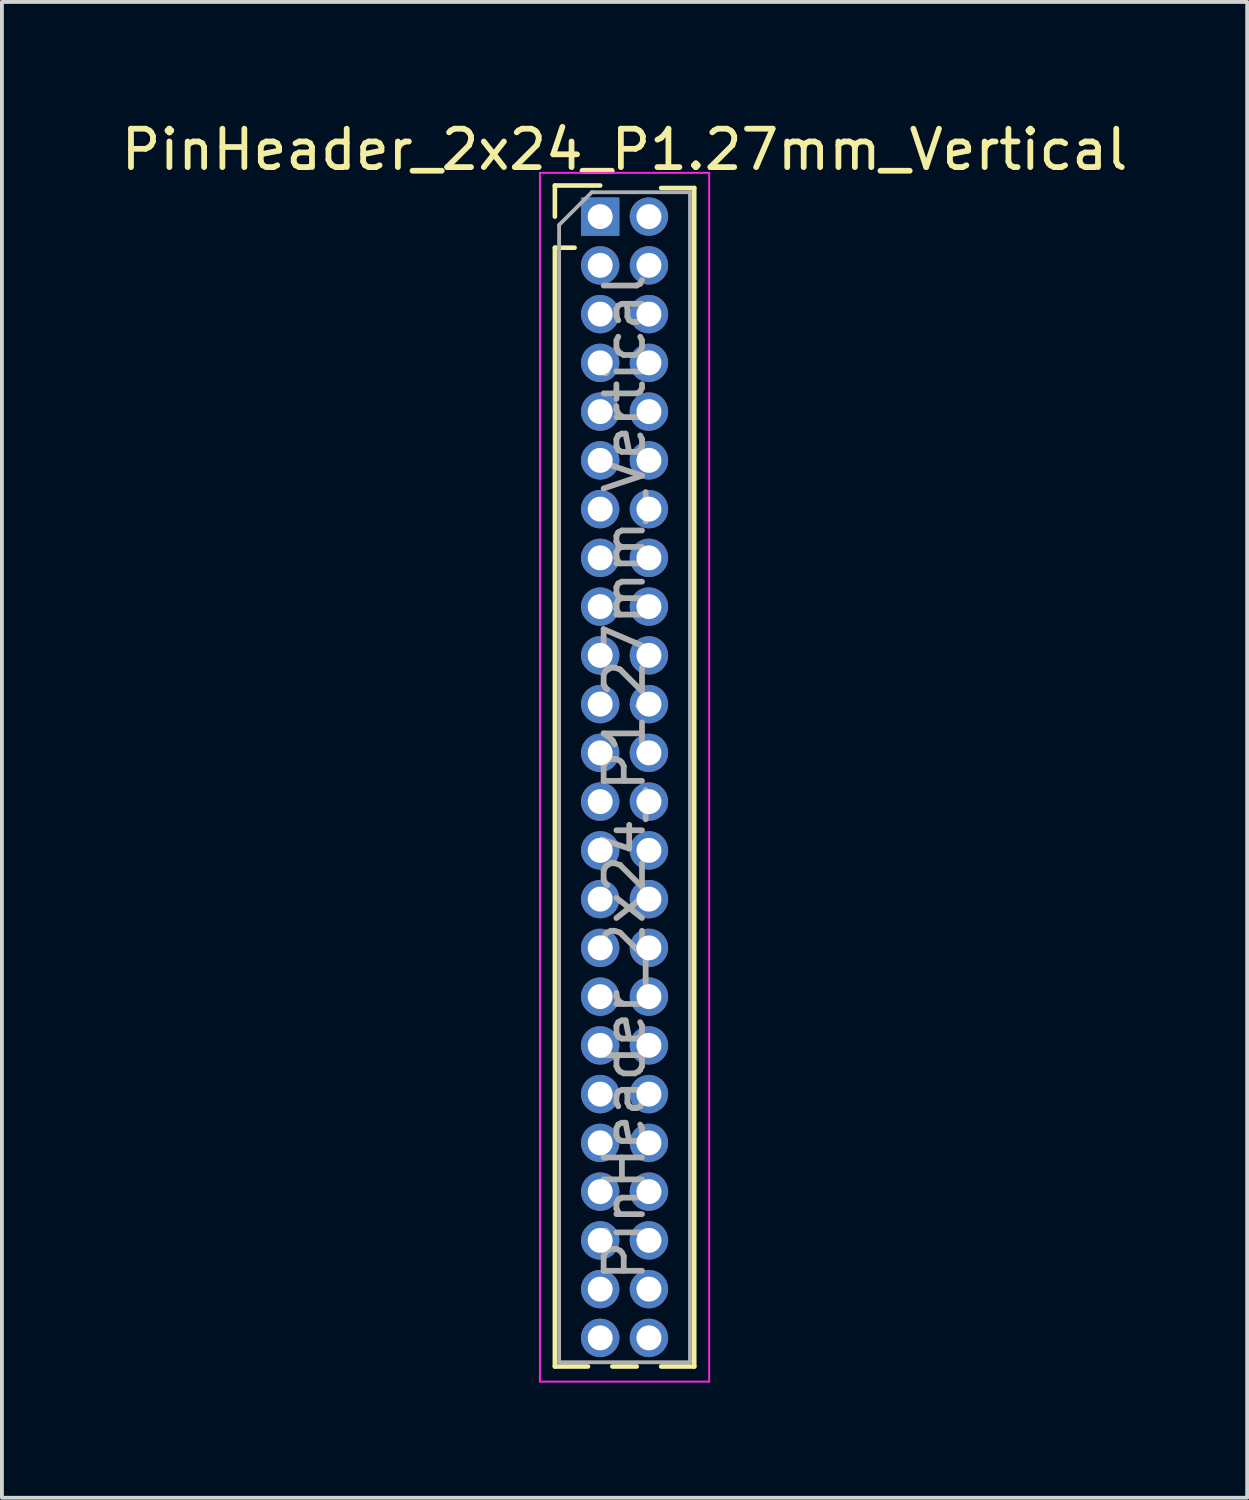
<source format=kicad_pcb>
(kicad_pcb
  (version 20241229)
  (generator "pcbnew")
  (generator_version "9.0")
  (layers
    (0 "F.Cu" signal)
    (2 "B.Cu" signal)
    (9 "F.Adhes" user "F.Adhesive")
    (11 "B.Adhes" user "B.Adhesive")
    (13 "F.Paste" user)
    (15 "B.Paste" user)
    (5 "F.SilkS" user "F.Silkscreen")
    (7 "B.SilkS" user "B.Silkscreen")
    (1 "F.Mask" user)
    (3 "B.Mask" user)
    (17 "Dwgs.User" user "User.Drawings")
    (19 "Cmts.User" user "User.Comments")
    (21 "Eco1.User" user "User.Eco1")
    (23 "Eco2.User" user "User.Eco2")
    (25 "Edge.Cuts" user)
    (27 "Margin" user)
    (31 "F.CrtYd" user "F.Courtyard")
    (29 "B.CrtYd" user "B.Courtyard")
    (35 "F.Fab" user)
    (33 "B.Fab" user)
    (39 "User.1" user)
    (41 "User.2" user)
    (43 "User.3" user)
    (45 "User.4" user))
  (footprint "PinHeader_2x24_P1.27mm_Vertical"
    (layer "F.Cu")
    (at 12.585 2.593)
    (property "Reference" "PinHeader_2x24_P1.27mm_Vertical" (at 0.635 -1.745 0) (layer "F.SilkS") (effects (font (size 1 1) (thickness 0.15))))
    (attr through_hole)
    (fp_line (start -1.18 -0.81) (end 0 -0.81) (stroke (width 0.12) (type solid)) (layer "F.SilkS"))
    (fp_line (start -1.18 0) (end -1.18 -0.81) (stroke (width 0.12) (type solid)) (layer "F.SilkS"))
    (fp_line (start -1.18 0.81) (end -1.18 29.955) (stroke (width 0.12) (type solid)) (layer "F.SilkS"))
    (fp_line (start -1.18 0.81) (end -0.667 0.81) (stroke (width 0.12) (type solid)) (layer "F.SilkS"))
    (fp_line (start -1.18 29.955) (end -0.318 29.955) (stroke (width 0.12) (type solid)) (layer "F.SilkS"))
    (fp_line (start 0.318 29.955) (end 0.952 29.955) (stroke (width 0.12) (type solid)) (layer "F.SilkS"))
    (fp_line (start 1.588 -0.745) (end 2.45 -0.745) (stroke (width 0.12) (type solid)) (layer "F.SilkS"))
    (fp_line (start 1.588 29.955) (end 2.45 29.955) (stroke (width 0.12) (type solid)) (layer "F.SilkS"))
    (fp_line (start 2.45 -0.745) (end 2.45 29.955) (stroke (width 0.12) (type solid)) (layer "F.SilkS"))
    (fp_line (start -1.57 -1.14) (end -1.57 30.35) (stroke (width 0.05) (type solid)) (layer "F.CrtYd"))
    (fp_line (start -1.57 30.35) (end 2.84 30.35) (stroke (width 0.05) (type solid)) (layer "F.CrtYd"))
    (fp_line (start 2.84 -1.14) (end -1.57 -1.14) (stroke (width 0.05) (type solid)) (layer "F.CrtYd"))
    (fp_line (start 2.84 30.35) (end 2.84 -1.14) (stroke (width 0.05) (type solid)) (layer "F.CrtYd"))
    (fp_line (start -1.07 0.217) (end -0.217 -0.635) (stroke (width 0.1) (type solid)) (layer "F.Fab"))
    (fp_line (start -1.07 29.845) (end -1.07 0.217) (stroke (width 0.1) (type solid)) (layer "F.Fab"))
    (fp_line (start -0.217 -0.635) (end 2.34 -0.635) (stroke (width 0.1) (type solid)) (layer "F.Fab"))
    (fp_line (start 2.34 -0.635) (end 2.34 29.845) (stroke (width 0.1) (type solid)) (layer "F.Fab"))
    (fp_line (start 2.34 29.845) (end -1.07 29.845) (stroke (width 0.1) (type solid)) (layer "F.Fab"))
    (fp_text user "${REFERENCE}" (at 0.635 14.605 90) (layer "F.Fab") (effects (font (size 1 1) (thickness 0.15))))
    (pad "1" thru_hole rect (at 0 0) (size 1 1) (drill 0.65) (layers "*.Cu" "*.Mask"))
    (pad "2" thru_hole circle (at 1.27 0) (size 1 1) (drill 0.65) (layers "*.Cu" "*.Mask"))
    (pad "3" thru_hole circle (at 0 1.27) (size 1 1) (drill 0.65) (layers "*.Cu" "*.Mask"))
    (pad "4" thru_hole circle (at 1.27 1.27) (size 1 1) (drill 0.65) (layers "*.Cu" "*.Mask"))
    (pad "5" thru_hole circle (at 0 2.54) (size 1 1) (drill 0.65) (layers "*.Cu" "*.Mask"))
    (pad "6" thru_hole circle (at 1.27 2.54) (size 1 1) (drill 0.65) (layers "*.Cu" "*.Mask"))
    (pad "7" thru_hole circle (at 0 3.81) (size 1 1) (drill 0.65) (layers "*.Cu" "*.Mask"))
    (pad "8" thru_hole circle (at 1.27 3.81) (size 1 1) (drill 0.65) (layers "*.Cu" "*.Mask"))
    (pad "9" thru_hole circle (at 0 5.08) (size 1 1) (drill 0.65) (layers "*.Cu" "*.Mask"))
    (pad "10" thru_hole circle (at 1.27 5.08) (size 1 1) (drill 0.65) (layers "*.Cu" "*.Mask"))
    (pad "11" thru_hole circle (at 0 6.35) (size 1 1) (drill 0.65) (layers "*.Cu" "*.Mask"))
    (pad "12" thru_hole circle (at 1.27 6.35) (size 1 1) (drill 0.65) (layers "*.Cu" "*.Mask"))
    (pad "13" thru_hole circle (at 0 7.62) (size 1 1) (drill 0.65) (layers "*.Cu" "*.Mask"))
    (pad "14" thru_hole circle (at 1.27 7.62) (size 1 1) (drill 0.65) (layers "*.Cu" "*.Mask"))
    (pad "15" thru_hole circle (at 0 8.89) (size 1 1) (drill 0.65) (layers "*.Cu" "*.Mask"))
    (pad "16" thru_hole circle (at 1.27 8.89) (size 1 1) (drill 0.65) (layers "*.Cu" "*.Mask"))
    (pad "17" thru_hole circle (at 0 10.16) (size 1 1) (drill 0.65) (layers "*.Cu" "*.Mask"))
    (pad "18" thru_hole circle (at 1.27 10.16) (size 1 1) (drill 0.65) (layers "*.Cu" "*.Mask"))
    (pad "19" thru_hole circle (at 0 11.43) (size 1 1) (drill 0.65) (layers "*.Cu" "*.Mask"))
    (pad "20" thru_hole circle (at 1.27 11.43) (size 1 1) (drill 0.65) (layers "*.Cu" "*.Mask"))
    (pad "21" thru_hole circle (at 0 12.7) (size 1 1) (drill 0.65) (layers "*.Cu" "*.Mask"))
    (pad "22" thru_hole circle (at 1.27 12.7) (size 1 1) (drill 0.65) (layers "*.Cu" "*.Mask"))
    (pad "23" thru_hole circle (at 0 13.97) (size 1 1) (drill 0.65) (layers "*.Cu" "*.Mask"))
    (pad "24" thru_hole circle (at 1.27 13.97) (size 1 1) (drill 0.65) (layers "*.Cu" "*.Mask"))
    (pad "25" thru_hole circle (at 0 15.24) (size 1 1) (drill 0.65) (layers "*.Cu" "*.Mask"))
    (pad "26" thru_hole circle (at 1.27 15.24) (size 1 1) (drill 0.65) (layers "*.Cu" "*.Mask"))
    (pad "27" thru_hole circle (at 0 16.51) (size 1 1) (drill 0.65) (layers "*.Cu" "*.Mask"))
    (pad "28" thru_hole circle (at 1.27 16.51) (size 1 1) (drill 0.65) (layers "*.Cu" "*.Mask"))
    (pad "29" thru_hole circle (at 0 17.78) (size 1 1) (drill 0.65) (layers "*.Cu" "*.Mask"))
    (pad "30" thru_hole circle (at 1.27 17.78) (size 1 1) (drill 0.65) (layers "*.Cu" "*.Mask"))
    (pad "31" thru_hole circle (at 0 19.05) (size 1 1) (drill 0.65) (layers "*.Cu" "*.Mask"))
    (pad "32" thru_hole circle (at 1.27 19.05) (size 1 1) (drill 0.65) (layers "*.Cu" "*.Mask"))
    (pad "33" thru_hole circle (at 0 20.32) (size 1 1) (drill 0.65) (layers "*.Cu" "*.Mask"))
    (pad "34" thru_hole circle (at 1.27 20.32) (size 1 1) (drill 0.65) (layers "*.Cu" "*.Mask"))
    (pad "35" thru_hole circle (at 0 21.59) (size 1 1) (drill 0.65) (layers "*.Cu" "*.Mask"))
    (pad "36" thru_hole circle (at 1.27 21.59) (size 1 1) (drill 0.65) (layers "*.Cu" "*.Mask"))
    (pad "37" thru_hole circle (at 0 22.86) (size 1 1) (drill 0.65) (layers "*.Cu" "*.Mask"))
    (pad "38" thru_hole circle (at 1.27 22.86) (size 1 1) (drill 0.65) (layers "*.Cu" "*.Mask"))
    (pad "39" thru_hole circle (at 0 24.13) (size 1 1) (drill 0.65) (layers "*.Cu" "*.Mask"))
    (pad "40" thru_hole circle (at 1.27 24.13) (size 1 1) (drill 0.65) (layers "*.Cu" "*.Mask"))
    (pad "41" thru_hole circle (at 0 25.4) (size 1 1) (drill 0.65) (layers "*.Cu" "*.Mask"))
    (pad "42" thru_hole circle (at 1.27 25.4) (size 1 1) (drill 0.65) (layers "*.Cu" "*.Mask"))
    (pad "43" thru_hole circle (at 0 26.67) (size 1 1) (drill 0.65) (layers "*.Cu" "*.Mask"))
    (pad "44" thru_hole circle (at 1.27 26.67) (size 1 1) (drill 0.65) (layers "*.Cu" "*.Mask"))
    (pad "45" thru_hole circle (at 0 27.94) (size 1 1) (drill 0.65) (layers "*.Cu" "*.Mask"))
    (pad "46" thru_hole circle (at 1.27 27.94) (size 1 1) (drill 0.65) (layers "*.Cu" "*.Mask"))
    (pad "47" thru_hole circle (at 0 29.21) (size 1 1) (drill 0.65) (layers "*.Cu" "*.Mask"))
    (pad "48" thru_hole circle (at 1.27 29.21) (size 1 1) (drill 0.65) (layers "*.Cu" "*.Mask")))
  (gr_rect
    (start -3 -3)
    (end 29.44 35.968)
    (stroke (width 0.1) (type default))
    (fill no)
    (layer "Edge.Cuts")))
</source>
